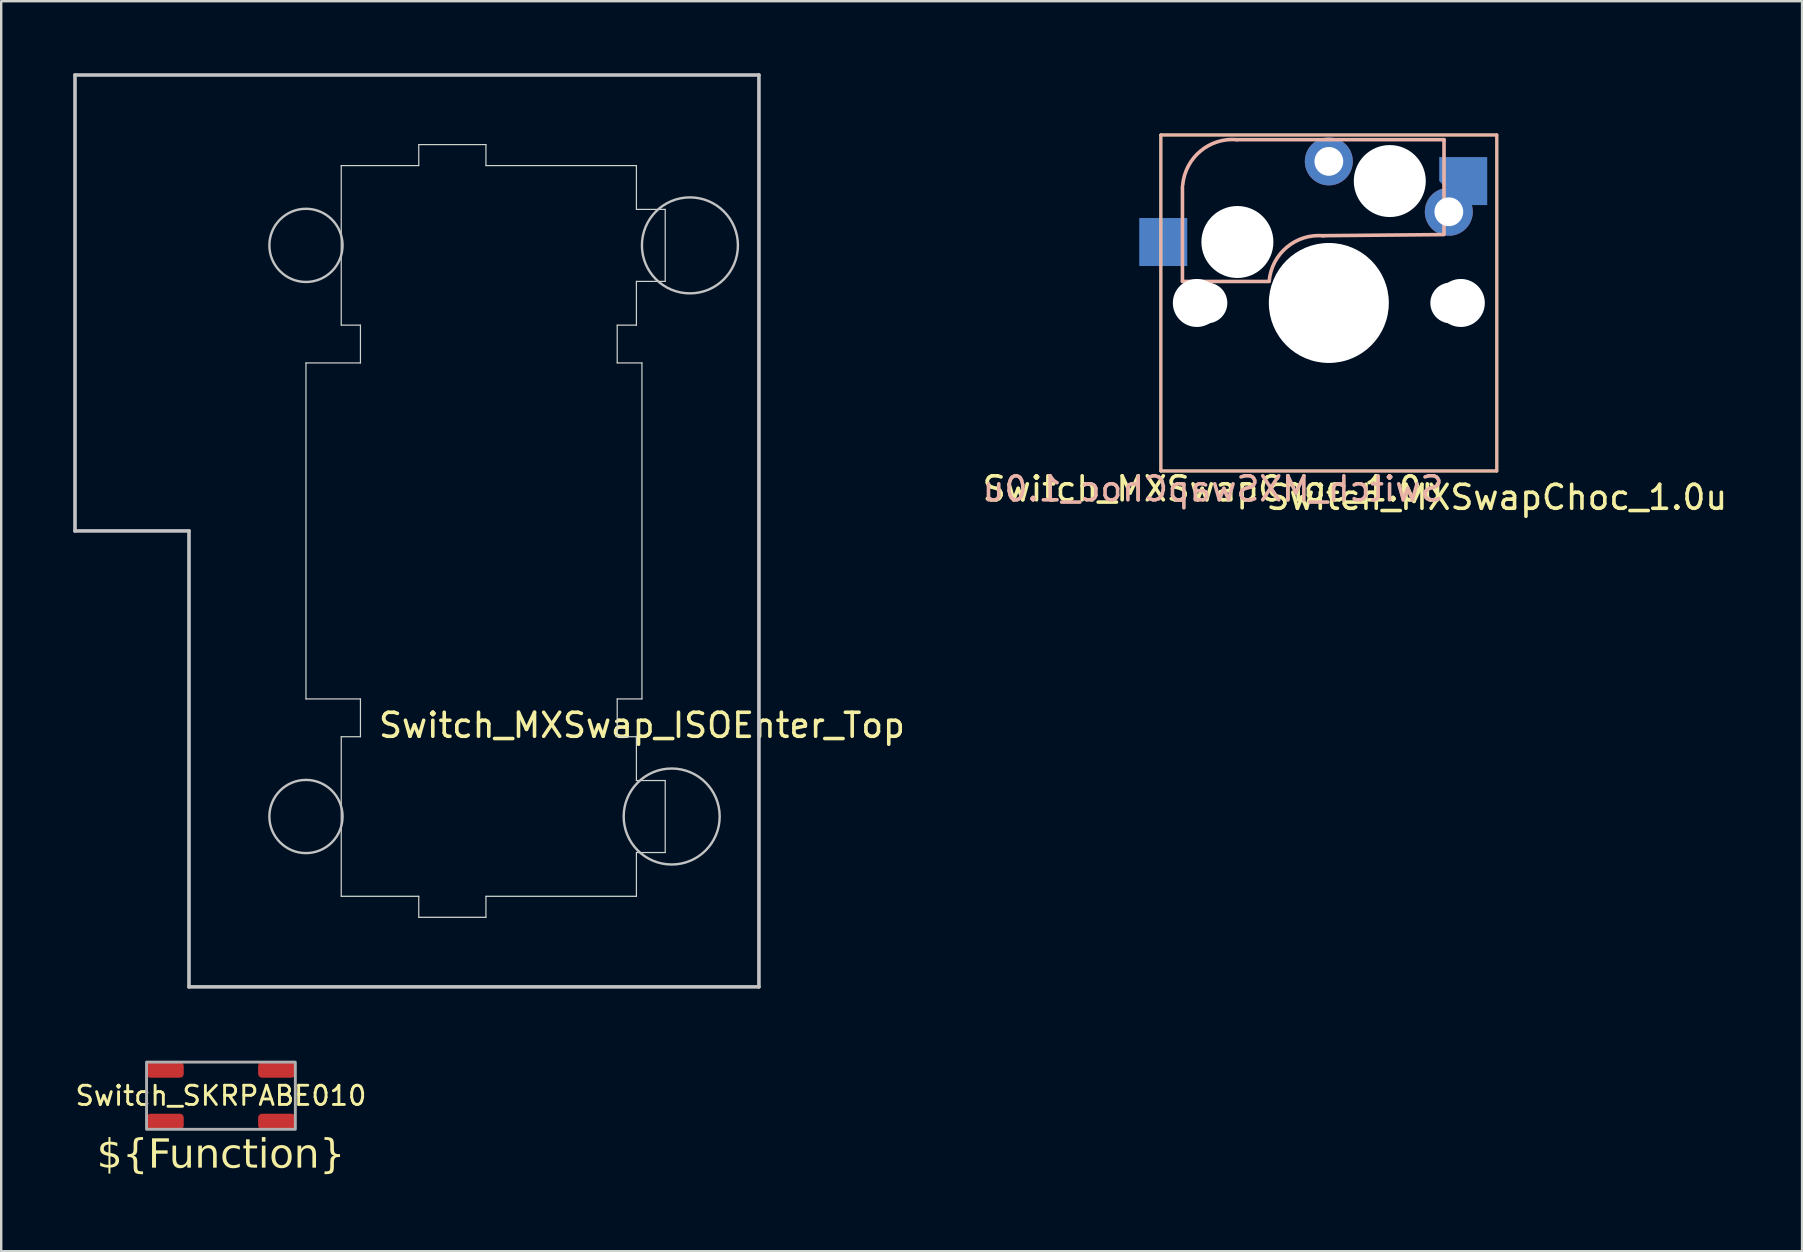
<source format=kicad_pcb>
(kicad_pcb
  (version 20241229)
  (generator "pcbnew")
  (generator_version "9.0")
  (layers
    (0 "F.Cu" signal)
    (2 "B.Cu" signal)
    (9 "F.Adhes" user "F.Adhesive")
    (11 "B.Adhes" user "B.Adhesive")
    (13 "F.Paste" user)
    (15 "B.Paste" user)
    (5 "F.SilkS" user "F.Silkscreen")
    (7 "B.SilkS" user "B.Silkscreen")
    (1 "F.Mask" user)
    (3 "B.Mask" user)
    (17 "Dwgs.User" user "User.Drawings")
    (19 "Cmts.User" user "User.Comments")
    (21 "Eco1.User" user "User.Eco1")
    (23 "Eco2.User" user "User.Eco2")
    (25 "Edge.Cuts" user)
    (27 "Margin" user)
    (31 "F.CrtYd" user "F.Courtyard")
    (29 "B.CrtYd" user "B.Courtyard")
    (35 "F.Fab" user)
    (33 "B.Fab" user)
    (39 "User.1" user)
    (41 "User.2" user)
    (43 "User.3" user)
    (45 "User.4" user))
  (footprint "Switch_MXSwapChoc_1.0u"
    (layer "F.Cu")
    (at 52.324 9.575)
    (property "Reference" "Switch_MXSwapChoc_1.0u" (at 7 8.1 0) (layer "F.SilkS") (effects (font (size 1 1) (thickness 0.15))))
    (attr through_hole)
    (fp_line (start -7 -7) (end 7 -7) (stroke (width 0.12) (type solid)) (layer "F.SilkS"))
    (fp_line (start -7 7) (end -7 -7) (stroke (width 0.12) (type solid)) (layer "F.SilkS"))
    (fp_line (start 7 -7) (end 7 7) (stroke (width 0.12) (type solid)) (layer "F.SilkS"))
    (fp_line (start 7 7) (end -7 7) (stroke (width 0.12) (type solid)) (layer "F.SilkS"))
    (fp_line (start -7 -7) (end 7 -7) (stroke (width 0.12) (type solid)) (layer "B.SilkS"))
    (fp_line (start -7 7) (end -7 -7) (stroke (width 0.12) (type solid)) (layer "B.SilkS"))
    (fp_line (start -6.1 -4.85) (end -6.1 -0.905) (stroke (width 0.15) (type solid)) (layer "B.SilkS"))
    (fp_line (start -6.1 -0.896) (end -2.49 -0.896) (stroke (width 0.15) (type solid)) (layer "B.SilkS"))
    (fp_line (start 4.8 -6.804) (end -3.825 -6.804) (stroke (width 0.15) (type solid)) (layer "B.SilkS"))
    (fp_line (start 4.8 -2.896) (end 4.8 -6.804) (stroke (width 0.15) (type solid)) (layer "B.SilkS"))
    (fp_line (start 4.8 -2.85) (end -0.25 -2.804) (stroke (width 0.15) (type solid)) (layer "B.SilkS"))
    (fp_line (start 7 -7) (end 7 7) (stroke (width 0.12) (type solid)) (layer "B.SilkS"))
    (fp_line (start 7 7) (end -7 7) (stroke (width 0.12) (type solid)) (layer "B.SilkS"))
    (fp_arc (start -6.089 -4.92) (mid -5.347189 -6.33089) (end -3.825 -6.804) (stroke (width 0.15) (type solid)) (layer "B.SilkS"))
    (fp_arc (start -2.485 -0.92) (mid -1.744361 -2.328061) (end -0.225 -2.8) (stroke (width 0.15) (type solid)) (layer "B.SilkS"))
    (fp_line (start -9.5 -9.5) (end 9.5 -9.5) (stroke (width 0.15) (type solid)) (layer "Eco2.User"))
    (fp_line (start -9.5 9.5) (end -9.5 -9.5) (stroke (width 0.15) (type solid)) (layer "Eco2.User"))
    (fp_line (start 9.5 -9.5) (end 9.5 9.5) (stroke (width 0.15) (type solid)) (layer "Eco2.User"))
    (fp_line (start 9.5 9.5) (end -9.5 9.5) (stroke (width 0.15) (type solid)) (layer "Eco2.User"))
    (fp_text user "${REFERENCE}" (at -4.826 7.747 0) (layer "F.SilkS") (effects (font (size 1 1) (thickness 0.15))))
    (fp_text user "${REFERENCE}" (at -4.826 7.747 0) (layer "B.SilkS") (effects (font (size 1 1) (thickness 0.15)) (justify mirror)))
    (pad "" np_thru_hole circle (at -5.5 0) (size 2 2) (drill 2) (layers "*.Cu" "*.Mask"))
    (pad "" np_thru_hole circle (at -5.08 0) (size 1.7 1.7) (drill 1.7) (layers "*.Cu" "*.Mask"))
    (pad "" np_thru_hole circle (at -3.81 -2.54 180) (size 3 3) (drill 3) (layers "*.Cu" "*.Mask"))
    (pad "" np_thru_hole circle (at 0 0 90) (size 5 5) (drill 5) (layers "*.Cu" "*.Mask"))
    (pad "" np_thru_hole circle (at 2.54 -5.08 180) (size 3 3) (drill 3) (layers "*.Cu" "*.Mask"))
    (pad "" np_thru_hole circle (at 5.08 0) (size 1.7 1.7) (drill 1.7) (layers "*.Cu" "*.Mask"))
    (pad "" np_thru_hole circle (at 5.5 0) (size 2 2) (drill 2) (layers "*.Cu" "*.Mask"))
    (pad "1" smd rect (at -6.9 -2.54 180) (size 2 2) (layers "B.Cu" "B.Mask" "B.Paste"))
    (pad "1" thru_hole circle (at 0 -5.9) (size 2 2) (drill 1.2) (layers "*.Cu" "*.Mask"))
    (pad "2" thru_hole circle (at 5 -3.8) (size 2 2) (drill 1.2) (layers "*.Cu" "*.Mask"))
    (pad "2" smd roundrect (at 5.6 -5.08 180) (size 2 2) (layers "B.Cu" "B.Mask" "B.Paste") (roundrect_rratio 0) (chamfer_ratio 0.5) (chamfer top_right)))
  (footprint "Switch_SKRPABE010"
    (layer "F.Cu")
    (at 6.157 42.61)
    (property "Reference" "Switch_SKRPABE010" (at 0 0 0) (layer "F.SilkS") (effects (font (size 0.8 0.8) (thickness 0.12))))
    (attr smd)
    (fp_rect (start -3.1 -1.4) (end 3.1 1.4) (stroke (width 0.12) (type solid)) (fill no) (layer "F.Fab"))
    (fp_text user "${Function}" (at 0 2.5 0) (layer "F.SilkS") (effects (font (face "Montserrat Medium") (size 1.2 1.2) (thickness 0.15))))
    (pad "1" smd roundrect (at -2.325 -1.075) (size 1.55 0.65) (layers "F.Cu" "F.Mask" "F.Paste") (roundrect_rratio 0.25))
    (pad "1" smd roundrect (at 2.325 -1.075) (size 1.55 0.65) (layers "F.Cu" "F.Mask" "F.Paste") (roundrect_rratio 0.25))
    (pad "2" smd roundrect (at -2.325 1.075) (size 1.55 0.65) (layers "F.Cu" "F.Mask" "F.Paste") (roundrect_rratio 0.25))
    (pad "2" smd roundrect (at 2.325 1.075) (size 1.55 0.65) (layers "F.Cu" "F.Mask" "F.Paste") (roundrect_rratio 0.25)))
  (footprint "Switch_MXSwap_ISOEnter_Top"
    (layer "F.Cu")
    (at 16.7 19.075)
    (property "Reference" "Switch_MXSwap_ISOEnter_Top" (at 7 8.1 0) (layer "F.SilkS") (effects (font (size 1 1) (thickness 0.15))))
    (attr through_hole)
    (fp_line (start -16.625 -19) (end -16.625 0) (stroke (width 0.15) (type solid)) (layer "Dwgs.User"))
    (fp_line (start -16.625 -19) (end 11.875 -19) (stroke (width 0.15) (type solid)) (layer "Dwgs.User"))
    (fp_line (start -11.875 0) (end -16.625 0) (stroke (width 0.15) (type solid)) (layer "Dwgs.User"))
    (fp_line (start -11.875 0) (end -11.875 19) (stroke (width 0.15) (type solid)) (layer "Dwgs.User"))
    (fp_line (start 11.875 -19) (end 11.875 19) (stroke (width 0.15) (type solid)) (layer "Dwgs.User"))
    (fp_line (start 11.875 19) (end -11.875 19) (stroke (width 0.15) (type solid)) (layer "Dwgs.User"))
    (fp_circle (center -7 -11.9) (end -5.475 -11.9) (stroke (width 0.1) (type solid)) (fill no) (layer "Dwgs.User"))
    (fp_circle (center -7 11.9) (end -5.475 11.9) (stroke (width 0.1) (type solid)) (fill no) (layer "Dwgs.User"))
    (fp_circle (center 8.24 11.9) (end 10.24 11.9) (stroke (width 0.1) (type solid)) (fill no) (layer "Dwgs.User"))
    (fp_circle (center 9 -11.9) (end 11 -11.9) (stroke (width 0.1) (type solid)) (fill no) (layer "Dwgs.User"))
    (fp_line (start -7 7) (end -7 -7) (stroke (width 0.05) (type solid)) (layer "Edge.Cuts"))
    (fp_line (start -5.53 -15.225) (end -5.53 -8.575) (stroke (width 0.05) (type solid)) (layer "Edge.Cuts"))
    (fp_line (start -5.53 -15.225) (end -2.3 -15.225) (stroke (width 0.05) (type solid)) (layer "Edge.Cuts"))
    (fp_line (start -5.53 15.225) (end -5.53 8.575) (stroke (width 0.05) (type solid)) (layer "Edge.Cuts"))
    (fp_line (start -5.53 15.225) (end -2.3 15.225) (stroke (width 0.05) (type solid)) (layer "Edge.Cuts"))
    (fp_line (start -4.73 -8.575) (end -5.53 -8.575) (stroke (width 0.05) (type solid)) (layer "Edge.Cuts"))
    (fp_line (start -4.73 -8.575) (end -4.73 -7) (stroke (width 0.05) (type solid)) (layer "Edge.Cuts"))
    (fp_line (start -4.73 -7) (end -7 -7) (stroke (width 0.05) (type solid)) (layer "Edge.Cuts"))
    (fp_line (start -4.73 7) (end -7 7) (stroke (width 0.05) (type solid)) (layer "Edge.Cuts"))
    (fp_line (start -4.73 8.575) (end -5.53 8.575) (stroke (width 0.05) (type solid)) (layer "Edge.Cuts"))
    (fp_line (start -4.73 8.575) (end -4.73 7) (stroke (width 0.05) (type solid)) (layer "Edge.Cuts"))
    (fp_line (start -2.3 -16.1) (end 0.5 -16.1) (stroke (width 0.05) (type solid)) (layer "Edge.Cuts"))
    (fp_line (start -2.3 -15.225) (end -2.3 -16.1) (stroke (width 0.05) (type solid)) (layer "Edge.Cuts"))
    (fp_line (start -2.3 15.225) (end -2.3 16.1) (stroke (width 0.05) (type solid)) (layer "Edge.Cuts"))
    (fp_line (start -2.3 16.1) (end 0.5 16.1) (stroke (width 0.05) (type solid)) (layer "Edge.Cuts"))
    (fp_line (start 0.5 -16.1) (end 0.5 -15.225) (stroke (width 0.05) (type solid)) (layer "Edge.Cuts"))
    (fp_line (start 0.5 -15.225) (end 6.77 -15.225) (stroke (width 0.05) (type solid)) (layer "Edge.Cuts"))
    (fp_line (start 0.5 15.225) (end 6.77 15.225) (stroke (width 0.05) (type solid)) (layer "Edge.Cuts"))
    (fp_line (start 0.5 16.1) (end 0.5 15.225) (stroke (width 0.05) (type solid)) (layer "Edge.Cuts"))
    (fp_line (start 5.97 -8.575) (end 5.97 -7) (stroke (width 0.05) (type solid)) (layer "Edge.Cuts"))
    (fp_line (start 5.97 -7) (end 7 -7) (stroke (width 0.05) (type solid)) (layer "Edge.Cuts"))
    (fp_line (start 5.97 7) (end 7 7) (stroke (width 0.05) (type solid)) (layer "Edge.Cuts"))
    (fp_line (start 5.97 8.575) (end 5.97 7) (stroke (width 0.05) (type solid)) (layer "Edge.Cuts"))
    (fp_line (start 6.77 -15.225) (end 6.77 -13.4) (stroke (width 0.05) (type solid)) (layer "Edge.Cuts"))
    (fp_line (start 6.77 -13.4) (end 7.97 -13.4) (stroke (width 0.05) (type solid)) (layer "Edge.Cuts"))
    (fp_line (start 6.77 -10.4) (end 6.77 -8.575) (stroke (width 0.05) (type solid)) (layer "Edge.Cuts"))
    (fp_line (start 6.77 -8.575) (end 5.97 -8.575) (stroke (width 0.05) (type solid)) (layer "Edge.Cuts"))
    (fp_line (start 6.77 8.575) (end 5.97 8.575) (stroke (width 0.05) (type solid)) (layer "Edge.Cuts"))
    (fp_line (start 6.77 10.4) (end 6.77 8.575) (stroke (width 0.05) (type solid)) (layer "Edge.Cuts"))
    (fp_line (start 6.77 13.4) (end 7.97 13.4) (stroke (width 0.05) (type solid)) (layer "Edge.Cuts"))
    (fp_line (start 6.77 15.225) (end 6.77 13.4) (stroke (width 0.05) (type solid)) (layer "Edge.Cuts"))
    (fp_line (start 7 -7) (end 7 7) (stroke (width 0.05) (type solid)) (layer "Edge.Cuts"))
    (fp_line (start 7.97 -13.4) (end 7.97 -10.4) (stroke (width 0.05) (type solid)) (layer "Edge.Cuts"))
    (fp_line (start 7.97 -10.4) (end 6.77 -10.4) (stroke (width 0.05) (type solid)) (layer "Edge.Cuts"))
    (fp_line (start 7.97 10.4) (end 6.77 10.4) (stroke (width 0.05) (type solid)) (layer "Edge.Cuts"))
    (fp_line (start 7.97 13.4) (end 7.97 10.4) (stroke (width 0.05) (type solid)) (layer "Edge.Cuts")))
  (gr_rect
    (start -3 -3)
    (end 72.044 49.09)
    (stroke (width 0.1) (type default))
    (fill no)
    (layer "Edge.Cuts")))
</source>
